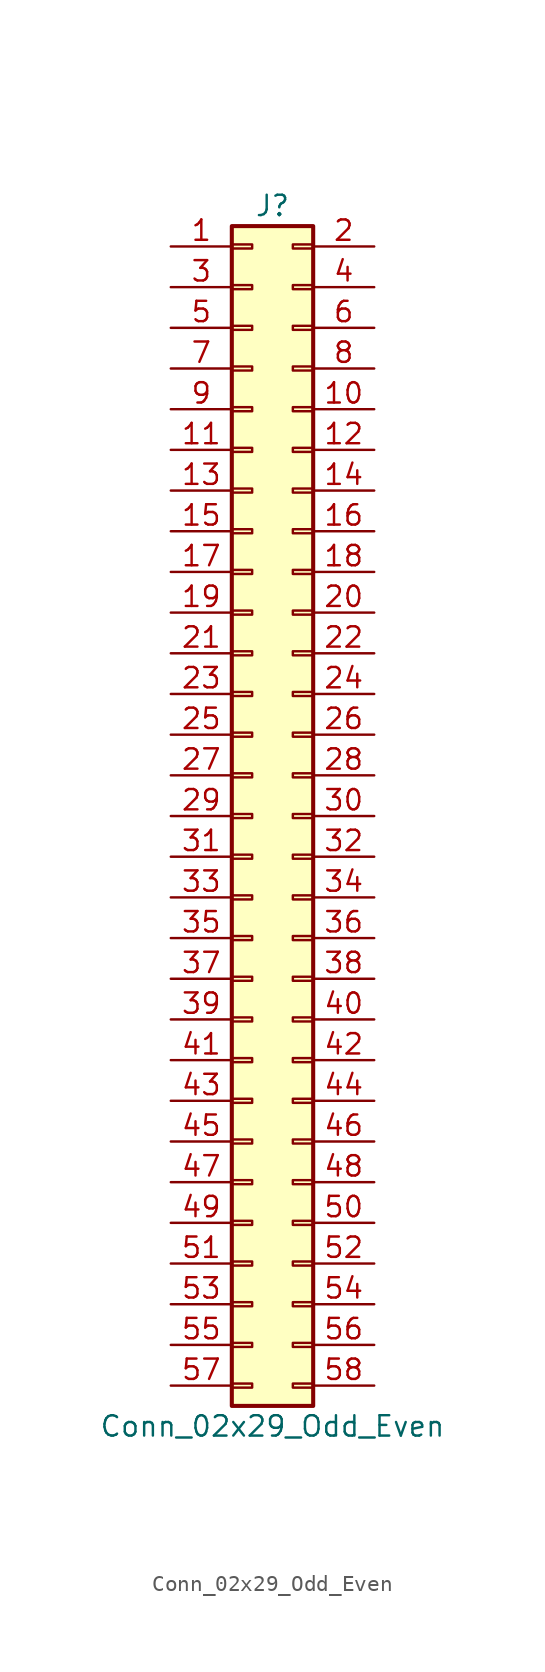
<source format=kicad_sym>
(kicad_symbol_lib
  (version 20211014)
  (generator kicad_symbol_editor)
  (symbol "Conn_02x29_Odd_Even"
    (pin_names
      (offset 1.016) hide)
    (property "Reference" "J"
      (at 1.27 38.1 0)
      (effects (font (size 1.27 1.27))))
    (property "Value" "Conn_02x29_Odd_Even"
      (at 1.27 -38.1 0)
      (effects (font (size 1.27 1.27))))
    (symbol "Conn_02x29_Odd_Even_1_1"
      (rectangle (start -1.27 -35.433) (end 0 -35.687) (stroke (width 0.152) (type default) (color 0 0 0 0)) (fill (type none)))
      (rectangle (start -1.27 -32.893) (end 0 -33.147) (stroke (width 0.152) (type default) (color 0 0 0 0)) (fill (type none)))
      (rectangle (start -1.27 -30.353) (end 0 -30.607) (stroke (width 0.152) (type default) (color 0 0 0 0)) (fill (type none)))
      (rectangle (start -1.27 -27.813) (end 0 -28.067) (stroke (width 0.152) (type default) (color 0 0 0 0)) (fill (type none)))
      (rectangle (start -1.27 -25.273) (end 0 -25.527) (stroke (width 0.152) (type default) (color 0 0 0 0)) (fill (type none)))
      (rectangle (start -1.27 -22.733) (end 0 -22.987) (stroke (width 0.152) (type default) (color 0 0 0 0)) (fill (type none)))
      (rectangle (start -1.27 -20.193) (end 0 -20.447) (stroke (width 0.152) (type default) (color 0 0 0 0)) (fill (type none)))
      (rectangle (start -1.27 -17.653) (end 0 -17.907) (stroke (width 0.152) (type default) (color 0 0 0 0)) (fill (type none)))
      (rectangle (start -1.27 -15.113) (end 0 -15.367) (stroke (width 0.152) (type default) (color 0 0 0 0)) (fill (type none)))
      (rectangle (start -1.27 -12.573) (end 0 -12.827) (stroke (width 0.152) (type default) (color 0 0 0 0)) (fill (type none)))
      (rectangle (start -1.27 -10.033) (end 0 -10.287) (stroke (width 0.152) (type default) (color 0 0 0 0)) (fill (type none)))
      (rectangle (start -1.27 -7.493) (end 0 -7.747) (stroke (width 0.152) (type default) (color 0 0 0 0)) (fill (type none)))
      (rectangle (start -1.27 -4.953) (end 0 -5.207) (stroke (width 0.152) (type default) (color 0 0 0 0)) (fill (type none)))
      (rectangle (start -1.27 -2.413) (end 0 -2.667) (stroke (width 0.152) (type default) (color 0 0 0 0)) (fill (type none)))
      (rectangle (start -1.27 0.127) (end 0 -0.127) (stroke (width 0.152) (type default) (color 0 0 0 0)) (fill (type none)))
      (rectangle (start -1.27 2.667) (end 0 2.413) (stroke (width 0.152) (type default) (color 0 0 0 0)) (fill (type none)))
      (rectangle (start -1.27 5.207) (end 0 4.953) (stroke (width 0.152) (type default) (color 0 0 0 0)) (fill (type none)))
      (rectangle (start -1.27 7.747) (end 0 7.493) (stroke (width 0.152) (type default) (color 0 0 0 0)) (fill (type none)))
      (rectangle (start -1.27 10.287) (end 0 10.033) (stroke (width 0.152) (type default) (color 0 0 0 0)) (fill (type none)))
      (rectangle (start -1.27 12.827) (end 0 12.573) (stroke (width 0.152) (type default) (color 0 0 0 0)) (fill (type none)))
      (rectangle (start -1.27 15.367) (end 0 15.113) (stroke (width 0.152) (type default) (color 0 0 0 0)) (fill (type none)))
      (rectangle (start -1.27 17.907) (end 0 17.653) (stroke (width 0.152) (type default) (color 0 0 0 0)) (fill (type none)))
      (rectangle (start -1.27 20.447) (end 0 20.193) (stroke (width 0.152) (type default) (color 0 0 0 0)) (fill (type none)))
      (rectangle (start -1.27 22.987) (end 0 22.733) (stroke (width 0.152) (type default) (color 0 0 0 0)) (fill (type none)))
      (rectangle (start -1.27 25.527) (end 0 25.273) (stroke (width 0.152) (type default) (color 0 0 0 0)) (fill (type none)))
      (rectangle (start -1.27 28.067) (end 0 27.813) (stroke (width 0.152) (type default) (color 0 0 0 0)) (fill (type none)))
      (rectangle (start -1.27 30.607) (end 0 30.353) (stroke (width 0.152) (type default) (color 0 0 0 0)) (fill (type none)))
      (rectangle (start -1.27 33.147) (end 0 32.893) (stroke (width 0.152) (type default) (color 0 0 0 0)) (fill (type none)))
      (rectangle (start -1.27 35.687) (end 0 35.433) (stroke (width 0.152) (type default) (color 0 0 0 0)) (fill (type none)))
      (rectangle (start -1.27 36.83) (end 3.81 -36.83) (stroke (width 0.254) (type default) (color 0 0 0 0)) (fill (type background)))
      (rectangle (start 3.81 -35.433) (end 2.54 -35.687) (stroke (width 0.152) (type default) (color 0 0 0 0)) (fill (type none)))
      (rectangle (start 3.81 -32.893) (end 2.54 -33.147) (stroke (width 0.152) (type default) (color 0 0 0 0)) (fill (type none)))
      (rectangle (start 3.81 -30.353) (end 2.54 -30.607) (stroke (width 0.152) (type default) (color 0 0 0 0)) (fill (type none)))
      (rectangle (start 3.81 -27.813) (end 2.54 -28.067) (stroke (width 0.152) (type default) (color 0 0 0 0)) (fill (type none)))
      (rectangle (start 3.81 -25.273) (end 2.54 -25.527) (stroke (width 0.152) (type default) (color 0 0 0 0)) (fill (type none)))
      (rectangle (start 3.81 -22.733) (end 2.54 -22.987) (stroke (width 0.152) (type default) (color 0 0 0 0)) (fill (type none)))
      (rectangle (start 3.81 -20.193) (end 2.54 -20.447) (stroke (width 0.152) (type default) (color 0 0 0 0)) (fill (type none)))
      (rectangle (start 3.81 -17.653) (end 2.54 -17.907) (stroke (width 0.152) (type default) (color 0 0 0 0)) (fill (type none)))
      (rectangle (start 3.81 -15.113) (end 2.54 -15.367) (stroke (width 0.152) (type default) (color 0 0 0 0)) (fill (type none)))
      (rectangle (start 3.81 -12.573) (end 2.54 -12.827) (stroke (width 0.152) (type default) (color 0 0 0 0)) (fill (type none)))
      (rectangle (start 3.81 -10.033) (end 2.54 -10.287) (stroke (width 0.152) (type default) (color 0 0 0 0)) (fill (type none)))
      (rectangle (start 3.81 -7.493) (end 2.54 -7.747) (stroke (width 0.152) (type default) (color 0 0 0 0)) (fill (type none)))
      (rectangle (start 3.81 -4.953) (end 2.54 -5.207) (stroke (width 0.152) (type default) (color 0 0 0 0)) (fill (type none)))
      (rectangle (start 3.81 -2.413) (end 2.54 -2.667) (stroke (width 0.152) (type default) (color 0 0 0 0)) (fill (type none)))
      (rectangle (start 3.81 0.127) (end 2.54 -0.127) (stroke (width 0.152) (type default) (color 0 0 0 0)) (fill (type none)))
      (rectangle (start 3.81 2.667) (end 2.54 2.413) (stroke (width 0.152) (type default) (color 0 0 0 0)) (fill (type none)))
      (rectangle (start 3.81 5.207) (end 2.54 4.953) (stroke (width 0.152) (type default) (color 0 0 0 0)) (fill (type none)))
      (rectangle (start 3.81 7.747) (end 2.54 7.493) (stroke (width 0.152) (type default) (color 0 0 0 0)) (fill (type none)))
      (rectangle (start 3.81 10.287) (end 2.54 10.033) (stroke (width 0.152) (type default) (color 0 0 0 0)) (fill (type none)))
      (rectangle (start 3.81 12.827) (end 2.54 12.573) (stroke (width 0.152) (type default) (color 0 0 0 0)) (fill (type none)))
      (rectangle (start 3.81 15.367) (end 2.54 15.113) (stroke (width 0.152) (type default) (color 0 0 0 0)) (fill (type none)))
      (rectangle (start 3.81 17.907) (end 2.54 17.653) (stroke (width 0.152) (type default) (color 0 0 0 0)) (fill (type none)))
      (rectangle (start 3.81 20.447) (end 2.54 20.193) (stroke (width 0.152) (type default) (color 0 0 0 0)) (fill (type none)))
      (rectangle (start 3.81 22.987) (end 2.54 22.733) (stroke (width 0.152) (type default) (color 0 0 0 0)) (fill (type none)))
      (rectangle (start 3.81 25.527) (end 2.54 25.273) (stroke (width 0.152) (type default) (color 0 0 0 0)) (fill (type none)))
      (rectangle (start 3.81 28.067) (end 2.54 27.813) (stroke (width 0.152) (type default) (color 0 0 0 0)) (fill (type none)))
      (rectangle (start 3.81 30.607) (end 2.54 30.353) (stroke (width 0.152) (type default) (color 0 0 0 0)) (fill (type none)))
      (rectangle (start 3.81 33.147) (end 2.54 32.893) (stroke (width 0.152) (type default) (color 0 0 0 0)) (fill (type none)))
      (rectangle (start 3.81 35.687) (end 2.54 35.433) (stroke (width 0.152) (type default) (color 0 0 0 0)) (fill (type none)))
      (pin passive line (at -5.08 35.56 0) (length 3.81) (name "Pin_1" (effects (font (size 1.27 1.27)))) (number "1" (effects (font (size 1.27 1.27)))))
      (pin passive line (at 7.62 25.4 180) (length 3.81) (name "Pin_10" (effects (font (size 1.27 1.27)))) (number "10" (effects (font (size 1.27 1.27)))))
      (pin passive line (at -5.08 22.86 0) (length 3.81) (name "Pin_11" (effects (font (size 1.27 1.27)))) (number "11" (effects (font (size 1.27 1.27)))))
      (pin passive line (at 7.62 22.86 180) (length 3.81) (name "Pin_12" (effects (font (size 1.27 1.27)))) (number "12" (effects (font (size 1.27 1.27)))))
      (pin passive line (at -5.08 20.32 0) (length 3.81) (name "Pin_13" (effects (font (size 1.27 1.27)))) (number "13" (effects (font (size 1.27 1.27)))))
      (pin passive line (at 7.62 20.32 180) (length 3.81) (name "Pin_14" (effects (font (size 1.27 1.27)))) (number "14" (effects (font (size 1.27 1.27)))))
      (pin passive line (at -5.08 17.78 0) (length 3.81) (name "Pin_15" (effects (font (size 1.27 1.27)))) (number "15" (effects (font (size 1.27 1.27)))))
      (pin passive line (at 7.62 17.78 180) (length 3.81) (name "Pin_16" (effects (font (size 1.27 1.27)))) (number "16" (effects (font (size 1.27 1.27)))))
      (pin passive line (at -5.08 15.24 0) (length 3.81) (name "Pin_17" (effects (font (size 1.27 1.27)))) (number "17" (effects (font (size 1.27 1.27)))))
      (pin passive line (at 7.62 15.24 180) (length 3.81) (name "Pin_18" (effects (font (size 1.27 1.27)))) (number "18" (effects (font (size 1.27 1.27)))))
      (pin passive line (at -5.08 12.7 0) (length 3.81) (name "Pin_19" (effects (font (size 1.27 1.27)))) (number "19" (effects (font (size 1.27 1.27)))))
      (pin passive line (at 7.62 35.56 180) (length 3.81) (name "Pin_2" (effects (font (size 1.27 1.27)))) (number "2" (effects (font (size 1.27 1.27)))))
      (pin passive line (at 7.62 12.7 180) (length 3.81) (name "Pin_20" (effects (font (size 1.27 1.27)))) (number "20" (effects (font (size 1.27 1.27)))))
      (pin passive line (at -5.08 10.16 0) (length 3.81) (name "Pin_21" (effects (font (size 1.27 1.27)))) (number "21" (effects (font (size 1.27 1.27)))))
      (pin passive line (at 7.62 10.16 180) (length 3.81) (name "Pin_22" (effects (font (size 1.27 1.27)))) (number "22" (effects (font (size 1.27 1.27)))))
      (pin passive line (at -5.08 7.62 0) (length 3.81) (name "Pin_23" (effects (font (size 1.27 1.27)))) (number "23" (effects (font (size 1.27 1.27)))))
      (pin passive line (at 7.62 7.62 180) (length 3.81) (name "Pin_24" (effects (font (size 1.27 1.27)))) (number "24" (effects (font (size 1.27 1.27)))))
      (pin passive line (at -5.08 5.08 0) (length 3.81) (name "Pin_25" (effects (font (size 1.27 1.27)))) (number "25" (effects (font (size 1.27 1.27)))))
      (pin passive line (at 7.62 5.08 180) (length 3.81) (name "Pin_26" (effects (font (size 1.27 1.27)))) (number "26" (effects (font (size 1.27 1.27)))))
      (pin passive line (at -5.08 2.54 0) (length 3.81) (name "Pin_27" (effects (font (size 1.27 1.27)))) (number "27" (effects (font (size 1.27 1.27)))))
      (pin passive line (at 7.62 2.54 180) (length 3.81) (name "Pin_28" (effects (font (size 1.27 1.27)))) (number "28" (effects (font (size 1.27 1.27)))))
      (pin passive line (at -5.08 0 0) (length 3.81) (name "Pin_29" (effects (font (size 1.27 1.27)))) (number "29" (effects (font (size 1.27 1.27)))))
      (pin passive line (at -5.08 33.02 0) (length 3.81) (name "Pin_3" (effects (font (size 1.27 1.27)))) (number "3" (effects (font (size 1.27 1.27)))))
      (pin passive line (at 7.62 0 180) (length 3.81) (name "Pin_30" (effects (font (size 1.27 1.27)))) (number "30" (effects (font (size 1.27 1.27)))))
      (pin passive line (at -5.08 -2.54 0) (length 3.81) (name "Pin_31" (effects (font (size 1.27 1.27)))) (number "31" (effects (font (size 1.27 1.27)))))
      (pin passive line (at 7.62 -2.54 180) (length 3.81) (name "Pin_32" (effects (font (size 1.27 1.27)))) (number "32" (effects (font (size 1.27 1.27)))))
      (pin passive line (at -5.08 -5.08 0) (length 3.81) (name "Pin_33" (effects (font (size 1.27 1.27)))) (number "33" (effects (font (size 1.27 1.27)))))
      (pin passive line (at 7.62 -5.08 180) (length 3.81) (name "Pin_34" (effects (font (size 1.27 1.27)))) (number "34" (effects (font (size 1.27 1.27)))))
      (pin passive line (at -5.08 -7.62 0) (length 3.81) (name "Pin_35" (effects (font (size 1.27 1.27)))) (number "35" (effects (font (size 1.27 1.27)))))
      (pin passive line (at 7.62 -7.62 180) (length 3.81) (name "Pin_36" (effects (font (size 1.27 1.27)))) (number "36" (effects (font (size 1.27 1.27)))))
      (pin passive line (at -5.08 -10.16 0) (length 3.81) (name "Pin_37" (effects (font (size 1.27 1.27)))) (number "37" (effects (font (size 1.27 1.27)))))
      (pin passive line (at 7.62 -10.16 180) (length 3.81) (name "Pin_38" (effects (font (size 1.27 1.27)))) (number "38" (effects (font (size 1.27 1.27)))))
      (pin passive line (at -5.08 -12.7 0) (length 3.81) (name "Pin_39" (effects (font (size 1.27 1.27)))) (number "39" (effects (font (size 1.27 1.27)))))
      (pin passive line (at 7.62 33.02 180) (length 3.81) (name "Pin_4" (effects (font (size 1.27 1.27)))) (number "4" (effects (font (size 1.27 1.27)))))
      (pin passive line (at 7.62 -12.7 180) (length 3.81) (name "Pin_40" (effects (font (size 1.27 1.27)))) (number "40" (effects (font (size 1.27 1.27)))))
      (pin passive line (at -5.08 -15.24 0) (length 3.81) (name "Pin_41" (effects (font (size 1.27 1.27)))) (number "41" (effects (font (size 1.27 1.27)))))
      (pin passive line (at 7.62 -15.24 180) (length 3.81) (name "Pin_42" (effects (font (size 1.27 1.27)))) (number "42" (effects (font (size 1.27 1.27)))))
      (pin passive line (at -5.08 -17.78 0) (length 3.81) (name "Pin_43" (effects (font (size 1.27 1.27)))) (number "43" (effects (font (size 1.27 1.27)))))
      (pin passive line (at 7.62 -17.78 180) (length 3.81) (name "Pin_44" (effects (font (size 1.27 1.27)))) (number "44" (effects (font (size 1.27 1.27)))))
      (pin passive line (at -5.08 -20.32 0) (length 3.81) (name "Pin_45" (effects (font (size 1.27 1.27)))) (number "45" (effects (font (size 1.27 1.27)))))
      (pin passive line (at 7.62 -20.32 180) (length 3.81) (name "Pin_46" (effects (font (size 1.27 1.27)))) (number "46" (effects (font (size 1.27 1.27)))))
      (pin passive line (at -5.08 -22.86 0) (length 3.81) (name "Pin_47" (effects (font (size 1.27 1.27)))) (number "47" (effects (font (size 1.27 1.27)))))
      (pin passive line (at 7.62 -22.86 180) (length 3.81) (name "Pin_48" (effects (font (size 1.27 1.27)))) (number "48" (effects (font (size 1.27 1.27)))))
      (pin passive line (at -5.08 -25.4 0) (length 3.81) (name "Pin_49" (effects (font (size 1.27 1.27)))) (number "49" (effects (font (size 1.27 1.27)))))
      (pin passive line (at -5.08 30.48 0) (length 3.81) (name "Pin_5" (effects (font (size 1.27 1.27)))) (number "5" (effects (font (size 1.27 1.27)))))
      (pin passive line (at 7.62 -25.4 180) (length 3.81) (name "Pin_50" (effects (font (size 1.27 1.27)))) (number "50" (effects (font (size 1.27 1.27)))))
      (pin passive line (at -5.08 -27.94 0) (length 3.81) (name "Pin_51" (effects (font (size 1.27 1.27)))) (number "51" (effects (font (size 1.27 1.27)))))
      (pin passive line (at 7.62 -27.94 180) (length 3.81) (name "Pin_52" (effects (font (size 1.27 1.27)))) (number "52" (effects (font (size 1.27 1.27)))))
      (pin passive line (at -5.08 -30.48 0) (length 3.81) (name "Pin_53" (effects (font (size 1.27 1.27)))) (number "53" (effects (font (size 1.27 1.27)))))
      (pin passive line (at 7.62 -30.48 180) (length 3.81) (name "Pin_54" (effects (font (size 1.27 1.27)))) (number "54" (effects (font (size 1.27 1.27)))))
      (pin passive line (at -5.08 -33.02 0) (length 3.81) (name "Pin_55" (effects (font (size 1.27 1.27)))) (number "55" (effects (font (size 1.27 1.27)))))
      (pin passive line (at 7.62 -33.02 180) (length 3.81) (name "Pin_56" (effects (font (size 1.27 1.27)))) (number "56" (effects (font (size 1.27 1.27)))))
      (pin passive line (at -5.08 -35.56 0) (length 3.81) (name "Pin_57" (effects (font (size 1.27 1.27)))) (number "57" (effects (font (size 1.27 1.27)))))
      (pin passive line (at 7.62 -35.56 180) (length 3.81) (name "Pin_58" (effects (font (size 1.27 1.27)))) (number "58" (effects (font (size 1.27 1.27)))))
      (pin passive line (at 7.62 30.48 180) (length 3.81) (name "Pin_6" (effects (font (size 1.27 1.27)))) (number "6" (effects (font (size 1.27 1.27)))))
      (pin passive line (at -5.08 27.94 0) (length 3.81) (name "Pin_7" (effects (font (size 1.27 1.27)))) (number "7" (effects (font (size 1.27 1.27)))))
      (pin passive line (at 7.62 27.94 180) (length 3.81) (name "Pin_8" (effects (font (size 1.27 1.27)))) (number "8" (effects (font (size 1.27 1.27)))))
      (pin passive line (at -5.08 25.4 0) (length 3.81) (name "Pin_9" (effects (font (size 1.27 1.27)))) (number "9" (effects (font (size 1.27 1.27))))))))
</source>
